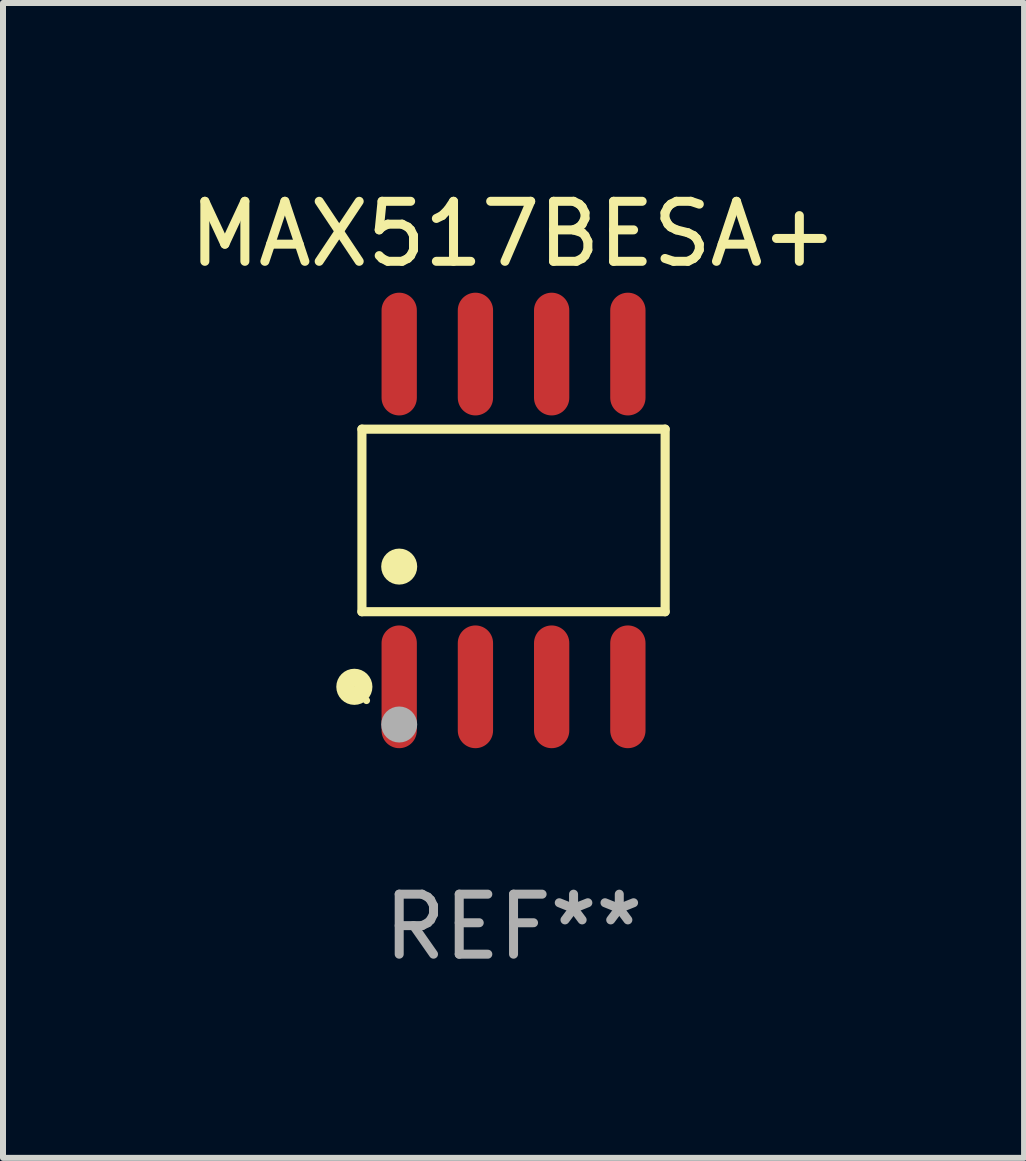
<source format=kicad_pcb>
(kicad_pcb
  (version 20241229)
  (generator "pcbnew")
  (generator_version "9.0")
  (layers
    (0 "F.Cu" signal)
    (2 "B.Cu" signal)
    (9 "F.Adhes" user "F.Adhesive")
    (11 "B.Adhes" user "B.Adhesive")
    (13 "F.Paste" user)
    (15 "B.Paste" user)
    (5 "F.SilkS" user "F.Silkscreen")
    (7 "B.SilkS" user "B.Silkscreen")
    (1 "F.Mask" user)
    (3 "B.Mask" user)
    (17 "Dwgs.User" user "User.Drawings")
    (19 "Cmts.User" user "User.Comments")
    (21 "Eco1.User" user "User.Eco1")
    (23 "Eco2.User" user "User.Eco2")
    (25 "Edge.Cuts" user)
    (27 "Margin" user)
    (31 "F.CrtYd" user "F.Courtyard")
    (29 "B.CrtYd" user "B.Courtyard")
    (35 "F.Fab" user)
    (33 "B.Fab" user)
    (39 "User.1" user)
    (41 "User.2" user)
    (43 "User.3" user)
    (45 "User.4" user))
  (footprint "MAX517BESA+"
    (layer "F.Cu")
    (at 5.506 5.621)
    (property "Reference" "MAX517BESA+" (at 0 -4.772 0) (layer "F.SilkS") (effects (font (size 1 1) (thickness 0.15))))
    (attr through_hole)
    (fp_line (start -2.526 -1.521) (end 2.526 -1.521) (stroke (width 0.152) (type solid)) (layer "F.SilkS"))
    (fp_line (start -2.526 1.521) (end -2.526 -1.521) (stroke (width 0.152) (type solid)) (layer "F.SilkS"))
    (fp_line (start 2.526 -1.521) (end 2.526 1.521) (stroke (width 0.152) (type solid)) (layer "F.SilkS"))
    (fp_line (start 2.526 1.521) (end -2.526 1.521) (stroke (width 0.152) (type solid)) (layer "F.SilkS"))
    (fp_circle (center -2.652 2.772) (end -2.501 2.772) (stroke (width 0.3) (type solid)) (fill no) (layer "F.SilkS"))
    (fp_circle (center -2.45 3) (end -2.42 3) (stroke (width 0.06) (type solid)) (fill no) (layer "F.SilkS"))
    (fp_circle (center -1.905 0.769) (end -1.755 0.769) (stroke (width 0.3) (type solid)) (fill no) (layer "F.SilkS"))
    (fp_circle (center -1.905 3.4) (end -1.755 3.4) (stroke (width 0.3) (type solid)) (fill no) (layer "F.Fab"))
    (fp_text user "REF**" (at 0 6.772 0) (layer "F.Fab") (effects (font (size 1 1) (thickness 0.15))))
    (pad "1" smd oval (at -1.905 2.772) (size 0.588 2.045) (layers "F.Cu" "F.Mask" "F.Paste"))
    (pad "2" smd oval (at -0.635 2.772) (size 0.588 2.045) (layers "F.Cu" "F.Mask" "F.Paste"))
    (pad "3" smd oval (at 0.635 2.772) (size 0.588 2.045) (layers "F.Cu" "F.Mask" "F.Paste"))
    (pad "4" smd oval (at 1.905 2.772) (size 0.588 2.045) (layers "F.Cu" "F.Mask" "F.Paste"))
    (pad "5" smd oval (at 1.905 -2.772) (size 0.588 2.045) (layers "F.Cu" "F.Mask" "F.Paste"))
    (pad "6" smd oval (at 0.635 -2.772) (size 0.588 2.045) (layers "F.Cu" "F.Mask" "F.Paste"))
    (pad "7" smd oval (at -0.635 -2.772) (size 0.588 2.045) (layers "F.Cu" "F.Mask" "F.Paste"))
    (pad "8" smd oval (at -1.905 -2.772) (size 0.588 2.045) (layers "F.Cu" "F.Mask" "F.Paste")))
  (gr_rect
    (start -3 -3)
    (end 14.012 16.241)
    (stroke (width 0.1) (type default))
    (fill no)
    (layer "Edge.Cuts")))
</source>
